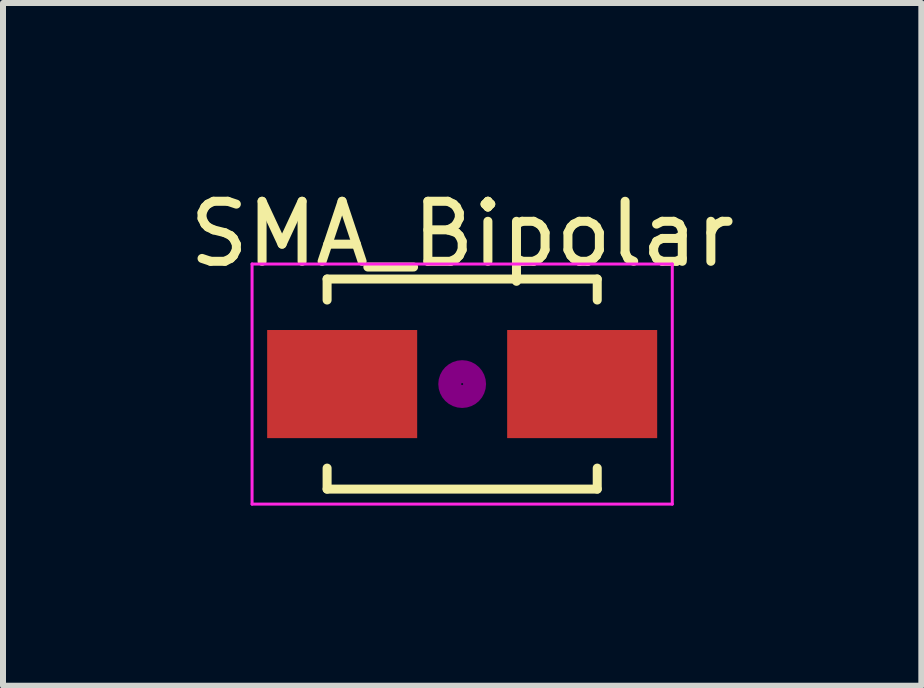
<source format=kicad_pcb>
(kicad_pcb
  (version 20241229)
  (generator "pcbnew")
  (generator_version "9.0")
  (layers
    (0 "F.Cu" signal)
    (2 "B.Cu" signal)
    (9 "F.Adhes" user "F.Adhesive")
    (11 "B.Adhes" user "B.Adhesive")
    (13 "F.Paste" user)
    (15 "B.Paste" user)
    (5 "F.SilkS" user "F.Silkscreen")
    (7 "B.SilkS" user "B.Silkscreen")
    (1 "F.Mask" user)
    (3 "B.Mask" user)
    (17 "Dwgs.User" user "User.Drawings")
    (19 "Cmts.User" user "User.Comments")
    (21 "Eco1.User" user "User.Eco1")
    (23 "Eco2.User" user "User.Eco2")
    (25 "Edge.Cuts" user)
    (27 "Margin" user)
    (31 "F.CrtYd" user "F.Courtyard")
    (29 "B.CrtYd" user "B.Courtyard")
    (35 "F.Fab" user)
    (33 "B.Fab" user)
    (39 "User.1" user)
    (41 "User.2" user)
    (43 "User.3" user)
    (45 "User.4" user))
  (footprint "SMA_Bipolar"
    (layer "F.Cu")
    (at 4.649 3.348)
    (property "Reference" "SMA_Bipolar" (at 0 -2.5 0) (layer "F.SilkS") (effects (font (size 1 1) (thickness 0.15))))
    (attr smd)
    (fp_line (start -2.25 -1.75) (end -2.25 -1.4) (stroke (width 0.15) (type solid)) (layer "F.SilkS"))
    (fp_line (start -2.25 -1.75) (end 2.25 -1.75) (stroke (width 0.15) (type solid)) (layer "F.SilkS"))
    (fp_line (start -2.25 1.75) (end -2.25 1.4) (stroke (width 0.15) (type solid)) (layer "F.SilkS"))
    (fp_line (start -2.25 1.75) (end 2.25 1.75) (stroke (width 0.15) (type solid)) (layer "F.SilkS"))
    (fp_line (start 2.25 -1.75) (end 2.25 -1.4) (stroke (width 0.15) (type solid)) (layer "F.SilkS"))
    (fp_line (start 2.25 1.75) (end 2.25 1.4) (stroke (width 0.15) (type solid)) (layer "F.SilkS"))
    (fp_circle (center 0 0) (end 0.201 -0.051) (stroke (width 0.381) (type solid)) (fill no) (layer "F.Adhes"))
    (fp_line (start -3.5 -2) (end 3.5 -2) (stroke (width 0.05) (type solid)) (layer "F.CrtYd"))
    (fp_line (start -3.5 2) (end -3.5 -2) (stroke (width 0.05) (type solid)) (layer "F.CrtYd"))
    (fp_line (start 3.5 -2) (end 3.5 2) (stroke (width 0.05) (type solid)) (layer "F.CrtYd"))
    (fp_line (start 3.5 2) (end -3.5 2) (stroke (width 0.05) (type solid)) (layer "F.CrtYd"))
    (pad "1" smd rect (at -1.999 0) (size 2.499 1.801) (layers "F.Cu" "F.Mask" "F.Paste"))
    (pad "2" smd rect (at 1.999 0) (size 2.499 1.801) (layers "F.Cu" "F.Mask" "F.Paste")))
  (gr_rect
    (start -3 -3)
    (end 12.298 8.373)
    (stroke (width 0.1) (type default))
    (fill no)
    (layer "Edge.Cuts")))
</source>
